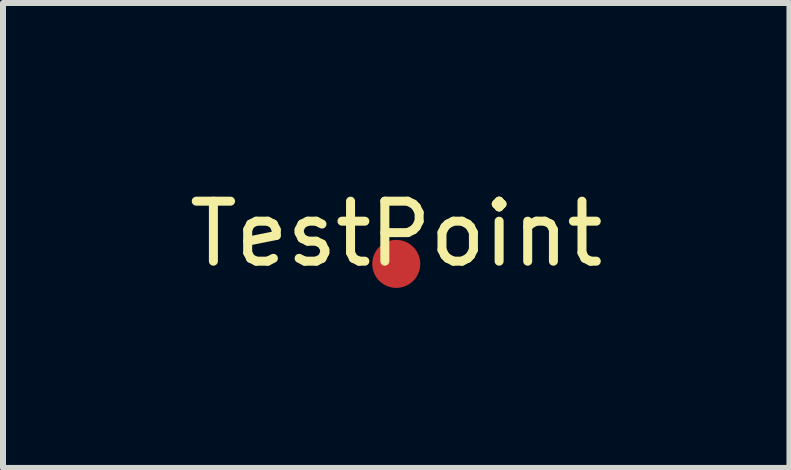
<source format=kicad_pcb>
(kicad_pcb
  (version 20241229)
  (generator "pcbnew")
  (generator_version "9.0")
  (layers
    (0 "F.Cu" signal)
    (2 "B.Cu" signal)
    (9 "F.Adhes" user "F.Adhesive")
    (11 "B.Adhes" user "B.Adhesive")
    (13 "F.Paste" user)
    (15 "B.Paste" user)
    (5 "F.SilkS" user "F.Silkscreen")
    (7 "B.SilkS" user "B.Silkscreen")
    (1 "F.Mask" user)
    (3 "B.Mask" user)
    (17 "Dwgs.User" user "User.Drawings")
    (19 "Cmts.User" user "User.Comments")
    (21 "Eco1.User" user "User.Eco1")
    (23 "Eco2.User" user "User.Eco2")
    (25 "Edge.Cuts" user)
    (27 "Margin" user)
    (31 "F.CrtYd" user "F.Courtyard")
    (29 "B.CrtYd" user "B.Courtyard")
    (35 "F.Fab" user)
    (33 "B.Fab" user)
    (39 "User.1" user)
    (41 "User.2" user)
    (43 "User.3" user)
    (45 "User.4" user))
  (footprint "TestPoint"
    (layer "F.Cu")
    (at 3.554 1.348)
    (property "Reference" "TestPoint" (at 0 -0.5 0) (unlocked yes) (layer "F.SilkS") (effects (font (size 1 1) (thickness 0.15))))
    (attr smd)
    (pad "1" smd circle (at 0 0) (size 0.8 0.8) (layers "F.Cu" "F.Mask")))
  (gr_rect
    (start -3 -3)
    (end 10.107 4.748)
    (stroke (width 0.1) (type default))
    (fill no)
    (layer "Edge.Cuts")))
</source>
